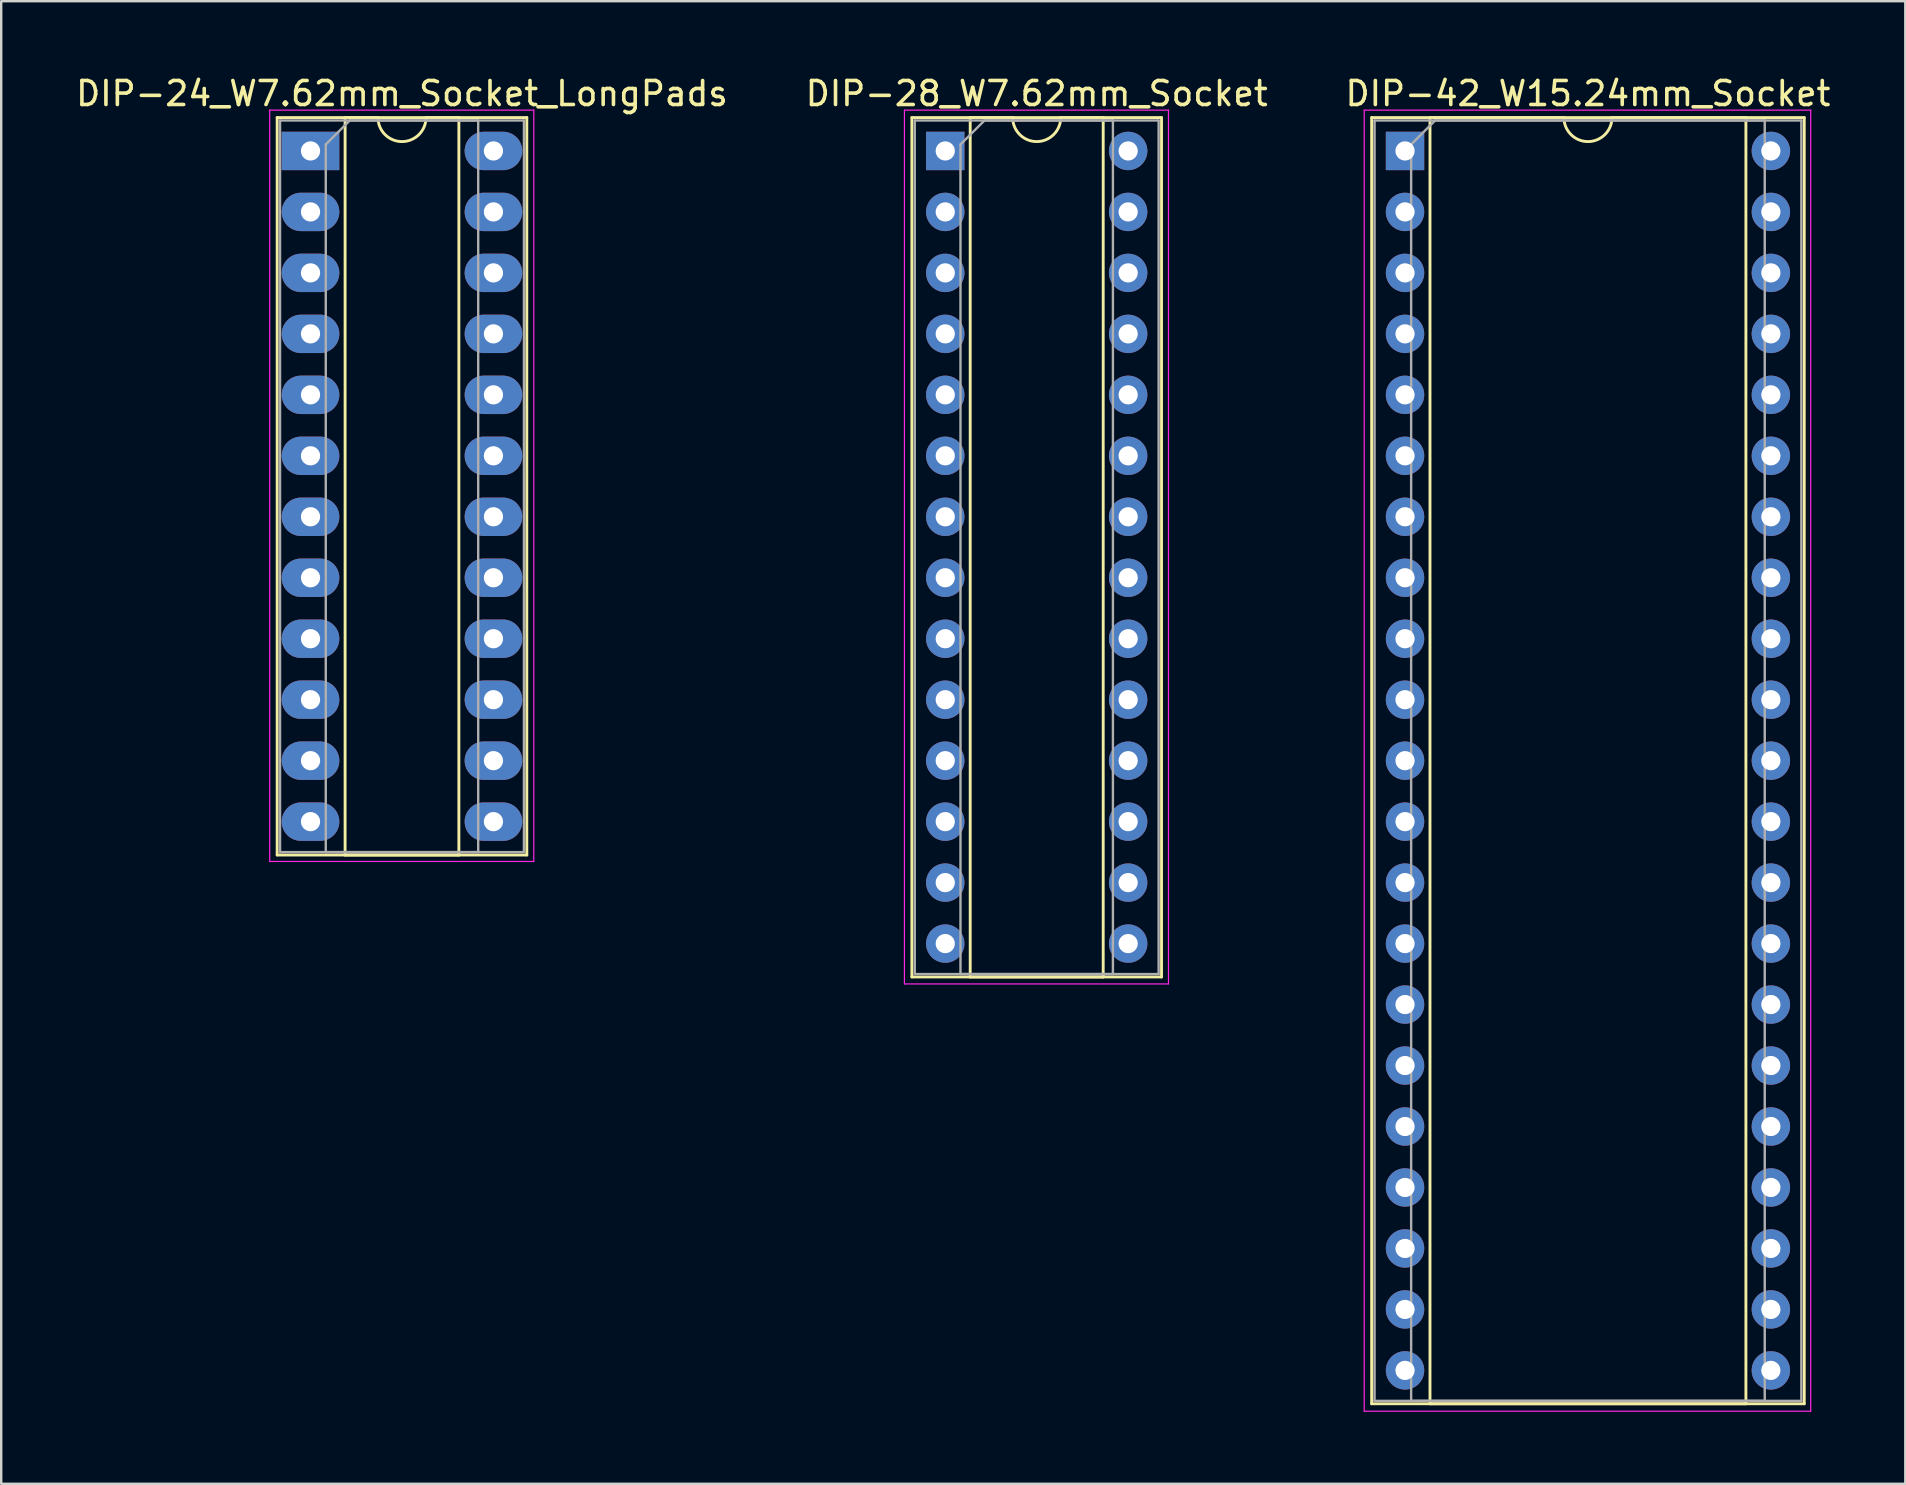
<source format=kicad_pcb>
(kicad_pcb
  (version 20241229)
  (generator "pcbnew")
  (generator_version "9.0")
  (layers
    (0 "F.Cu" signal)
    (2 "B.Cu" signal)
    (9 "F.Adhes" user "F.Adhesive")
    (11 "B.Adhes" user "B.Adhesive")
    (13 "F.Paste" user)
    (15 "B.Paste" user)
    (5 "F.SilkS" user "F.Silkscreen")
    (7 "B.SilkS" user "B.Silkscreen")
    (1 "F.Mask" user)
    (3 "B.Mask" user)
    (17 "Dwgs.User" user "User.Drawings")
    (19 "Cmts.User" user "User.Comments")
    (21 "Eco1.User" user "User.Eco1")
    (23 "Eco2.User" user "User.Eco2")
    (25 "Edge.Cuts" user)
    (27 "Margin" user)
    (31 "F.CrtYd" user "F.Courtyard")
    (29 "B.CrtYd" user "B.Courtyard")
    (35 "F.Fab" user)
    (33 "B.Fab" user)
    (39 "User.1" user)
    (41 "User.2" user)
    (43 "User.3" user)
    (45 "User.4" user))
  (footprint "DIP-24_W7.62mm_Socket_LongPads"
    (layer "F.Cu")
    (at 9.886 3.238)
    (property "Reference" "DIP-24_W7.62mm_Socket_LongPads" (at 3.81 -2.39 0) (layer "F.SilkS") (effects (font (size 1 1) (thickness 0.15))))
    (attr through_hole)
    (fp_line (start -1.39 -1.39) (end -1.39 29.33) (stroke (width 0.12) (type solid)) (layer "F.SilkS"))
    (fp_line (start -1.39 29.33) (end 9.01 29.33) (stroke (width 0.12) (type solid)) (layer "F.SilkS"))
    (fp_line (start 1.44 -1.39) (end 1.44 29.33) (stroke (width 0.12) (type solid)) (layer "F.SilkS"))
    (fp_line (start 1.44 29.33) (end 6.18 29.33) (stroke (width 0.12) (type solid)) (layer "F.SilkS"))
    (fp_line (start 2.81 -1.39) (end 1.44 -1.39) (stroke (width 0.12) (type solid)) (layer "F.SilkS"))
    (fp_line (start 6.18 -1.39) (end 4.81 -1.39) (stroke (width 0.12) (type solid)) (layer "F.SilkS"))
    (fp_line (start 6.18 29.33) (end 6.18 -1.39) (stroke (width 0.12) (type solid)) (layer "F.SilkS"))
    (fp_line (start 9.01 -1.39) (end -1.39 -1.39) (stroke (width 0.12) (type solid)) (layer "F.SilkS"))
    (fp_line (start 9.01 29.33) (end 9.01 -1.39) (stroke (width 0.12) (type solid)) (layer "F.SilkS"))
    (fp_arc (start 4.81 -1.39) (mid 3.81 -0.39) (end 2.81 -1.39) (stroke (width 0.12) (type solid)) (layer "F.SilkS"))
    (fp_line (start -1.7 -1.7) (end -1.7 29.6) (stroke (width 0.05) (type solid)) (layer "F.CrtYd"))
    (fp_line (start -1.7 29.6) (end 9.3 29.6) (stroke (width 0.05) (type solid)) (layer "F.CrtYd"))
    (fp_line (start 9.3 -1.7) (end -1.7 -1.7) (stroke (width 0.05) (type solid)) (layer "F.CrtYd"))
    (fp_line (start 9.3 29.6) (end 9.3 -1.7) (stroke (width 0.05) (type solid)) (layer "F.CrtYd"))
    (fp_line (start -1.27 -1.27) (end -1.27 29.21) (stroke (width 0.1) (type solid)) (layer "F.Fab"))
    (fp_line (start -1.27 29.21) (end 8.89 29.21) (stroke (width 0.1) (type solid)) (layer "F.Fab"))
    (fp_line (start 0.635 -0.27) (end 1.635 -1.27) (stroke (width 0.1) (type solid)) (layer "F.Fab"))
    (fp_line (start 0.635 29.21) (end 0.635 -0.27) (stroke (width 0.1) (type solid)) (layer "F.Fab"))
    (fp_line (start 1.635 -1.27) (end 6.985 -1.27) (stroke (width 0.1) (type solid)) (layer "F.Fab"))
    (fp_line (start 6.985 -1.27) (end 6.985 29.21) (stroke (width 0.1) (type solid)) (layer "F.Fab"))
    (fp_line (start 6.985 29.21) (end 0.635 29.21) (stroke (width 0.1) (type solid)) (layer "F.Fab"))
    (fp_line (start 8.89 -1.27) (end -1.27 -1.27) (stroke (width 0.1) (type solid)) (layer "F.Fab"))
    (fp_line (start 8.89 29.21) (end 8.89 -1.27) (stroke (width 0.1) (type solid)) (layer "F.Fab"))
    (pad "1" thru_hole rect (at 0 0) (size 2.4 1.6) (drill 0.8) (layers "*.Cu" "*.Mask"))
    (pad "2" thru_hole oval (at 0 2.54) (size 2.4 1.6) (drill 0.8) (layers "*.Cu" "*.Mask"))
    (pad "3" thru_hole oval (at 0 5.08) (size 2.4 1.6) (drill 0.8) (layers "*.Cu" "*.Mask"))
    (pad "4" thru_hole oval (at 0 7.62) (size 2.4 1.6) (drill 0.8) (layers "*.Cu" "*.Mask"))
    (pad "5" thru_hole oval (at 0 10.16) (size 2.4 1.6) (drill 0.8) (layers "*.Cu" "*.Mask"))
    (pad "6" thru_hole oval (at 0 12.7) (size 2.4 1.6) (drill 0.8) (layers "*.Cu" "*.Mask"))
    (pad "7" thru_hole oval (at 0 15.24) (size 2.4 1.6) (drill 0.8) (layers "*.Cu" "*.Mask"))
    (pad "8" thru_hole oval (at 0 17.78) (size 2.4 1.6) (drill 0.8) (layers "*.Cu" "*.Mask"))
    (pad "9" thru_hole oval (at 0 20.32) (size 2.4 1.6) (drill 0.8) (layers "*.Cu" "*.Mask"))
    (pad "10" thru_hole oval (at 0 22.86) (size 2.4 1.6) (drill 0.8) (layers "*.Cu" "*.Mask"))
    (pad "11" thru_hole oval (at 0 25.4) (size 2.4 1.6) (drill 0.8) (layers "*.Cu" "*.Mask"))
    (pad "12" thru_hole oval (at 0 27.94) (size 2.4 1.6) (drill 0.8) (layers "*.Cu" "*.Mask"))
    (pad "13" thru_hole oval (at 7.62 27.94) (size 2.4 1.6) (drill 0.8) (layers "*.Cu" "*.Mask"))
    (pad "14" thru_hole oval (at 7.62 25.4) (size 2.4 1.6) (drill 0.8) (layers "*.Cu" "*.Mask"))
    (pad "15" thru_hole oval (at 7.62 22.86) (size 2.4 1.6) (drill 0.8) (layers "*.Cu" "*.Mask"))
    (pad "16" thru_hole oval (at 7.62 20.32) (size 2.4 1.6) (drill 0.8) (layers "*.Cu" "*.Mask"))
    (pad "17" thru_hole oval (at 7.62 17.78) (size 2.4 1.6) (drill 0.8) (layers "*.Cu" "*.Mask"))
    (pad "18" thru_hole oval (at 7.62 15.24) (size 2.4 1.6) (drill 0.8) (layers "*.Cu" "*.Mask"))
    (pad "19" thru_hole oval (at 7.62 12.7) (size 2.4 1.6) (drill 0.8) (layers "*.Cu" "*.Mask"))
    (pad "20" thru_hole oval (at 7.62 10.16) (size 2.4 1.6) (drill 0.8) (layers "*.Cu" "*.Mask"))
    (pad "21" thru_hole oval (at 7.62 7.62) (size 2.4 1.6) (drill 0.8) (layers "*.Cu" "*.Mask"))
    (pad "22" thru_hole oval (at 7.62 5.08) (size 2.4 1.6) (drill 0.8) (layers "*.Cu" "*.Mask"))
    (pad "23" thru_hole oval (at 7.62 2.54) (size 2.4 1.6) (drill 0.8) (layers "*.Cu" "*.Mask"))
    (pad "24" thru_hole oval (at 7.62 0) (size 2.4 1.6) (drill 0.8) (layers "*.Cu" "*.Mask")))
  (footprint "DIP-42_W15.24mm_Socket"
    (layer "F.Cu")
    (at 55.481 3.238)
    (property "Reference" "DIP-42_W15.24mm_Socket" (at 7.62 -2.39 0) (layer "F.SilkS") (effects (font (size 1 1) (thickness 0.15))))
    (attr through_hole)
    (fp_line (start -1.39 -1.39) (end -1.39 52.19) (stroke (width 0.12) (type solid)) (layer "F.SilkS"))
    (fp_line (start -1.39 52.19) (end 16.63 52.19) (stroke (width 0.12) (type solid)) (layer "F.SilkS"))
    (fp_line (start 1.04 -1.39) (end 1.04 52.19) (stroke (width 0.12) (type solid)) (layer "F.SilkS"))
    (fp_line (start 1.04 52.19) (end 14.2 52.19) (stroke (width 0.12) (type solid)) (layer "F.SilkS"))
    (fp_line (start 6.62 -1.39) (end 1.04 -1.39) (stroke (width 0.12) (type solid)) (layer "F.SilkS"))
    (fp_line (start 14.2 -1.39) (end 8.62 -1.39) (stroke (width 0.12) (type solid)) (layer "F.SilkS"))
    (fp_line (start 14.2 52.19) (end 14.2 -1.39) (stroke (width 0.12) (type solid)) (layer "F.SilkS"))
    (fp_line (start 16.63 -1.39) (end -1.39 -1.39) (stroke (width 0.12) (type solid)) (layer "F.SilkS"))
    (fp_line (start 16.63 52.19) (end 16.63 -1.39) (stroke (width 0.12) (type solid)) (layer "F.SilkS"))
    (fp_arc (start 8.62 -1.39) (mid 7.62 -0.39) (end 6.62 -1.39) (stroke (width 0.12) (type solid)) (layer "F.SilkS"))
    (fp_line (start -1.7 -1.7) (end -1.7 52.5) (stroke (width 0.05) (type solid)) (layer "F.CrtYd"))
    (fp_line (start -1.7 52.5) (end 16.9 52.5) (stroke (width 0.05) (type solid)) (layer "F.CrtYd"))
    (fp_line (start 16.9 -1.7) (end -1.7 -1.7) (stroke (width 0.05) (type solid)) (layer "F.CrtYd"))
    (fp_line (start 16.9 52.5) (end 16.9 -1.7) (stroke (width 0.05) (type solid)) (layer "F.CrtYd"))
    (fp_line (start -1.27 -1.27) (end -1.27 52.07) (stroke (width 0.1) (type solid)) (layer "F.Fab"))
    (fp_line (start -1.27 52.07) (end 16.51 52.07) (stroke (width 0.1) (type solid)) (layer "F.Fab"))
    (fp_line (start 0.255 -0.27) (end 1.255 -1.27) (stroke (width 0.1) (type solid)) (layer "F.Fab"))
    (fp_line (start 0.255 52.07) (end 0.255 -0.27) (stroke (width 0.1) (type solid)) (layer "F.Fab"))
    (fp_line (start 1.255 -1.27) (end 14.985 -1.27) (stroke (width 0.1) (type solid)) (layer "F.Fab"))
    (fp_line (start 14.985 -1.27) (end 14.985 52.07) (stroke (width 0.1) (type solid)) (layer "F.Fab"))
    (fp_line (start 14.985 52.07) (end 0.255 52.07) (stroke (width 0.1) (type solid)) (layer "F.Fab"))
    (fp_line (start 16.51 -1.27) (end -1.27 -1.27) (stroke (width 0.1) (type solid)) (layer "F.Fab"))
    (fp_line (start 16.51 52.07) (end 16.51 -1.27) (stroke (width 0.1) (type solid)) (layer "F.Fab"))
    (pad "1" thru_hole rect (at 0 0) (size 1.6 1.6) (drill 0.8) (layers "*.Cu" "*.Mask"))
    (pad "2" thru_hole oval (at 0 2.54) (size 1.6 1.6) (drill 0.8) (layers "*.Cu" "*.Mask"))
    (pad "3" thru_hole oval (at 0 5.08) (size 1.6 1.6) (drill 0.8) (layers "*.Cu" "*.Mask"))
    (pad "4" thru_hole oval (at 0 7.62) (size 1.6 1.6) (drill 0.8) (layers "*.Cu" "*.Mask"))
    (pad "5" thru_hole oval (at 0 10.16) (size 1.6 1.6) (drill 0.8) (layers "*.Cu" "*.Mask"))
    (pad "6" thru_hole oval (at 0 12.7) (size 1.6 1.6) (drill 0.8) (layers "*.Cu" "*.Mask"))
    (pad "7" thru_hole oval (at 0 15.24) (size 1.6 1.6) (drill 0.8) (layers "*.Cu" "*.Mask"))
    (pad "8" thru_hole oval (at 0 17.78) (size 1.6 1.6) (drill 0.8) (layers "*.Cu" "*.Mask"))
    (pad "9" thru_hole oval (at 0 20.32) (size 1.6 1.6) (drill 0.8) (layers "*.Cu" "*.Mask"))
    (pad "10" thru_hole oval (at 0 22.86) (size 1.6 1.6) (drill 0.8) (layers "*.Cu" "*.Mask"))
    (pad "11" thru_hole oval (at 0 25.4) (size 1.6 1.6) (drill 0.8) (layers "*.Cu" "*.Mask"))
    (pad "12" thru_hole oval (at 0 27.94) (size 1.6 1.6) (drill 0.8) (layers "*.Cu" "*.Mask"))
    (pad "13" thru_hole oval (at 0 30.48) (size 1.6 1.6) (drill 0.8) (layers "*.Cu" "*.Mask"))
    (pad "14" thru_hole oval (at 0 33.02) (size 1.6 1.6) (drill 0.8) (layers "*.Cu" "*.Mask"))
    (pad "15" thru_hole oval (at 0 35.56) (size 1.6 1.6) (drill 0.8) (layers "*.Cu" "*.Mask"))
    (pad "16" thru_hole oval (at 0 38.1) (size 1.6 1.6) (drill 0.8) (layers "*.Cu" "*.Mask"))
    (pad "17" thru_hole oval (at 0 40.64) (size 1.6 1.6) (drill 0.8) (layers "*.Cu" "*.Mask"))
    (pad "18" thru_hole oval (at 0 43.18) (size 1.6 1.6) (drill 0.8) (layers "*.Cu" "*.Mask"))
    (pad "19" thru_hole oval (at 0 45.72) (size 1.6 1.6) (drill 0.8) (layers "*.Cu" "*.Mask"))
    (pad "20" thru_hole oval (at 0 48.26) (size 1.6 1.6) (drill 0.8) (layers "*.Cu" "*.Mask"))
    (pad "21" thru_hole oval (at 0 50.8) (size 1.6 1.6) (drill 0.8) (layers "*.Cu" "*.Mask"))
    (pad "22" thru_hole oval (at 15.24 50.8) (size 1.6 1.6) (drill 0.8) (layers "*.Cu" "*.Mask"))
    (pad "23" thru_hole oval (at 15.24 48.26) (size 1.6 1.6) (drill 0.8) (layers "*.Cu" "*.Mask"))
    (pad "24" thru_hole oval (at 15.24 45.72) (size 1.6 1.6) (drill 0.8) (layers "*.Cu" "*.Mask"))
    (pad "25" thru_hole oval (at 15.24 43.18) (size 1.6 1.6) (drill 0.8) (layers "*.Cu" "*.Mask"))
    (pad "26" thru_hole oval (at 15.24 40.64) (size 1.6 1.6) (drill 0.8) (layers "*.Cu" "*.Mask"))
    (pad "27" thru_hole oval (at 15.24 38.1) (size 1.6 1.6) (drill 0.8) (layers "*.Cu" "*.Mask"))
    (pad "28" thru_hole oval (at 15.24 35.56) (size 1.6 1.6) (drill 0.8) (layers "*.Cu" "*.Mask"))
    (pad "29" thru_hole oval (at 15.24 33.02) (size 1.6 1.6) (drill 0.8) (layers "*.Cu" "*.Mask"))
    (pad "30" thru_hole oval (at 15.24 30.48) (size 1.6 1.6) (drill 0.8) (layers "*.Cu" "*.Mask"))
    (pad "31" thru_hole oval (at 15.24 27.94) (size 1.6 1.6) (drill 0.8) (layers "*.Cu" "*.Mask"))
    (pad "32" thru_hole oval (at 15.24 25.4) (size 1.6 1.6) (drill 0.8) (layers "*.Cu" "*.Mask"))
    (pad "33" thru_hole oval (at 15.24 22.86) (size 1.6 1.6) (drill 0.8) (layers "*.Cu" "*.Mask"))
    (pad "34" thru_hole oval (at 15.24 20.32) (size 1.6 1.6) (drill 0.8) (layers "*.Cu" "*.Mask"))
    (pad "35" thru_hole oval (at 15.24 17.78) (size 1.6 1.6) (drill 0.8) (layers "*.Cu" "*.Mask"))
    (pad "36" thru_hole oval (at 15.24 15.24) (size 1.6 1.6) (drill 0.8) (layers "*.Cu" "*.Mask"))
    (pad "37" thru_hole oval (at 15.24 12.7) (size 1.6 1.6) (drill 0.8) (layers "*.Cu" "*.Mask"))
    (pad "38" thru_hole oval (at 15.24 10.16) (size 1.6 1.6) (drill 0.8) (layers "*.Cu" "*.Mask"))
    (pad "39" thru_hole oval (at 15.24 7.62) (size 1.6 1.6) (drill 0.8) (layers "*.Cu" "*.Mask"))
    (pad "40" thru_hole oval (at 15.24 5.08) (size 1.6 1.6) (drill 0.8) (layers "*.Cu" "*.Mask"))
    (pad "41" thru_hole oval (at 15.24 2.54) (size 1.6 1.6) (drill 0.8) (layers "*.Cu" "*.Mask"))
    (pad "42" thru_hole oval (at 15.24 0) (size 1.6 1.6) (drill 0.8) (layers "*.Cu" "*.Mask")))
  (footprint "DIP-28_W7.62mm_Socket"
    (layer "F.Cu")
    (at 36.327 3.238)
    (property "Reference" "DIP-28_W7.62mm_Socket" (at 3.81 -2.39 0) (layer "F.SilkS") (effects (font (size 1 1) (thickness 0.15))))
    (attr through_hole)
    (fp_line (start -1.39 -1.39) (end -1.39 34.41) (stroke (width 0.12) (type solid)) (layer "F.SilkS"))
    (fp_line (start -1.39 34.41) (end 9.01 34.41) (stroke (width 0.12) (type solid)) (layer "F.SilkS"))
    (fp_line (start 1.04 -1.39) (end 1.04 34.41) (stroke (width 0.12) (type solid)) (layer "F.SilkS"))
    (fp_line (start 1.04 34.41) (end 6.58 34.41) (stroke (width 0.12) (type solid)) (layer "F.SilkS"))
    (fp_line (start 2.81 -1.39) (end 1.04 -1.39) (stroke (width 0.12) (type solid)) (layer "F.SilkS"))
    (fp_line (start 6.58 -1.39) (end 4.81 -1.39) (stroke (width 0.12) (type solid)) (layer "F.SilkS"))
    (fp_line (start 6.58 34.41) (end 6.58 -1.39) (stroke (width 0.12) (type solid)) (layer "F.SilkS"))
    (fp_line (start 9.01 -1.39) (end -1.39 -1.39) (stroke (width 0.12) (type solid)) (layer "F.SilkS"))
    (fp_line (start 9.01 34.41) (end 9.01 -1.39) (stroke (width 0.12) (type solid)) (layer "F.SilkS"))
    (fp_arc (start 4.81 -1.39) (mid 3.81 -0.39) (end 2.81 -1.39) (stroke (width 0.12) (type solid)) (layer "F.SilkS"))
    (fp_line (start -1.7 -1.7) (end -1.7 34.7) (stroke (width 0.05) (type solid)) (layer "F.CrtYd"))
    (fp_line (start -1.7 34.7) (end 9.3 34.7) (stroke (width 0.05) (type solid)) (layer "F.CrtYd"))
    (fp_line (start 9.3 -1.7) (end -1.7 -1.7) (stroke (width 0.05) (type solid)) (layer "F.CrtYd"))
    (fp_line (start 9.3 34.7) (end 9.3 -1.7) (stroke (width 0.05) (type solid)) (layer "F.CrtYd"))
    (fp_line (start -1.27 -1.27) (end -1.27 34.29) (stroke (width 0.1) (type solid)) (layer "F.Fab"))
    (fp_line (start -1.27 34.29) (end 8.89 34.29) (stroke (width 0.1) (type solid)) (layer "F.Fab"))
    (fp_line (start 0.635 -0.27) (end 1.635 -1.27) (stroke (width 0.1) (type solid)) (layer "F.Fab"))
    (fp_line (start 0.635 34.29) (end 0.635 -0.27) (stroke (width 0.1) (type solid)) (layer "F.Fab"))
    (fp_line (start 1.635 -1.27) (end 6.985 -1.27) (stroke (width 0.1) (type solid)) (layer "F.Fab"))
    (fp_line (start 6.985 -1.27) (end 6.985 34.29) (stroke (width 0.1) (type solid)) (layer "F.Fab"))
    (fp_line (start 6.985 34.29) (end 0.635 34.29) (stroke (width 0.1) (type solid)) (layer "F.Fab"))
    (fp_line (start 8.89 -1.27) (end -1.27 -1.27) (stroke (width 0.1) (type solid)) (layer "F.Fab"))
    (fp_line (start 8.89 34.29) (end 8.89 -1.27) (stroke (width 0.1) (type solid)) (layer "F.Fab"))
    (pad "1" thru_hole rect (at 0 0) (size 1.6 1.6) (drill 0.8) (layers "*.Cu" "*.Mask"))
    (pad "2" thru_hole oval (at 0 2.54) (size 1.6 1.6) (drill 0.8) (layers "*.Cu" "*.Mask"))
    (pad "3" thru_hole oval (at 0 5.08) (size 1.6 1.6) (drill 0.8) (layers "*.Cu" "*.Mask"))
    (pad "4" thru_hole oval (at 0 7.62) (size 1.6 1.6) (drill 0.8) (layers "*.Cu" "*.Mask"))
    (pad "5" thru_hole oval (at 0 10.16) (size 1.6 1.6) (drill 0.8) (layers "*.Cu" "*.Mask"))
    (pad "6" thru_hole oval (at 0 12.7) (size 1.6 1.6) (drill 0.8) (layers "*.Cu" "*.Mask"))
    (pad "7" thru_hole oval (at 0 15.24) (size 1.6 1.6) (drill 0.8) (layers "*.Cu" "*.Mask"))
    (pad "8" thru_hole oval (at 0 17.78) (size 1.6 1.6) (drill 0.8) (layers "*.Cu" "*.Mask"))
    (pad "9" thru_hole oval (at 0 20.32) (size 1.6 1.6) (drill 0.8) (layers "*.Cu" "*.Mask"))
    (pad "10" thru_hole oval (at 0 22.86) (size 1.6 1.6) (drill 0.8) (layers "*.Cu" "*.Mask"))
    (pad "11" thru_hole oval (at 0 25.4) (size 1.6 1.6) (drill 0.8) (layers "*.Cu" "*.Mask"))
    (pad "12" thru_hole oval (at 0 27.94) (size 1.6 1.6) (drill 0.8) (layers "*.Cu" "*.Mask"))
    (pad "13" thru_hole oval (at 0 30.48) (size 1.6 1.6) (drill 0.8) (layers "*.Cu" "*.Mask"))
    (pad "14" thru_hole oval (at 0 33.02) (size 1.6 1.6) (drill 0.8) (layers "*.Cu" "*.Mask"))
    (pad "15" thru_hole oval (at 7.62 33.02) (size 1.6 1.6) (drill 0.8) (layers "*.Cu" "*.Mask"))
    (pad "16" thru_hole oval (at 7.62 30.48) (size 1.6 1.6) (drill 0.8) (layers "*.Cu" "*.Mask"))
    (pad "17" thru_hole oval (at 7.62 27.94) (size 1.6 1.6) (drill 0.8) (layers "*.Cu" "*.Mask"))
    (pad "18" thru_hole oval (at 7.62 25.4) (size 1.6 1.6) (drill 0.8) (layers "*.Cu" "*.Mask"))
    (pad "19" thru_hole oval (at 7.62 22.86) (size 1.6 1.6) (drill 0.8) (layers "*.Cu" "*.Mask"))
    (pad "20" thru_hole oval (at 7.62 20.32) (size 1.6 1.6) (drill 0.8) (layers "*.Cu" "*.Mask"))
    (pad "21" thru_hole oval (at 7.62 17.78) (size 1.6 1.6) (drill 0.8) (layers "*.Cu" "*.Mask"))
    (pad "22" thru_hole oval (at 7.62 15.24) (size 1.6 1.6) (drill 0.8) (layers "*.Cu" "*.Mask"))
    (pad "23" thru_hole oval (at 7.62 12.7) (size 1.6 1.6) (drill 0.8) (layers "*.Cu" "*.Mask"))
    (pad "24" thru_hole oval (at 7.62 10.16) (size 1.6 1.6) (drill 0.8) (layers "*.Cu" "*.Mask"))
    (pad "25" thru_hole oval (at 7.62 7.62) (size 1.6 1.6) (drill 0.8) (layers "*.Cu" "*.Mask"))
    (pad "26" thru_hole oval (at 7.62 5.08) (size 1.6 1.6) (drill 0.8) (layers "*.Cu" "*.Mask"))
    (pad "27" thru_hole oval (at 7.62 2.54) (size 1.6 1.6) (drill 0.8) (layers "*.Cu" "*.Mask"))
    (pad "28" thru_hole oval (at 7.62 0) (size 1.6 1.6) (drill 0.8) (layers "*.Cu" "*.Mask")))
  (gr_rect
    (start -3 -3)
    (end 76.321 58.763)
    (stroke (width 0.1) (type default))
    (fill no)
    (layer "Edge.Cuts")))
</source>
